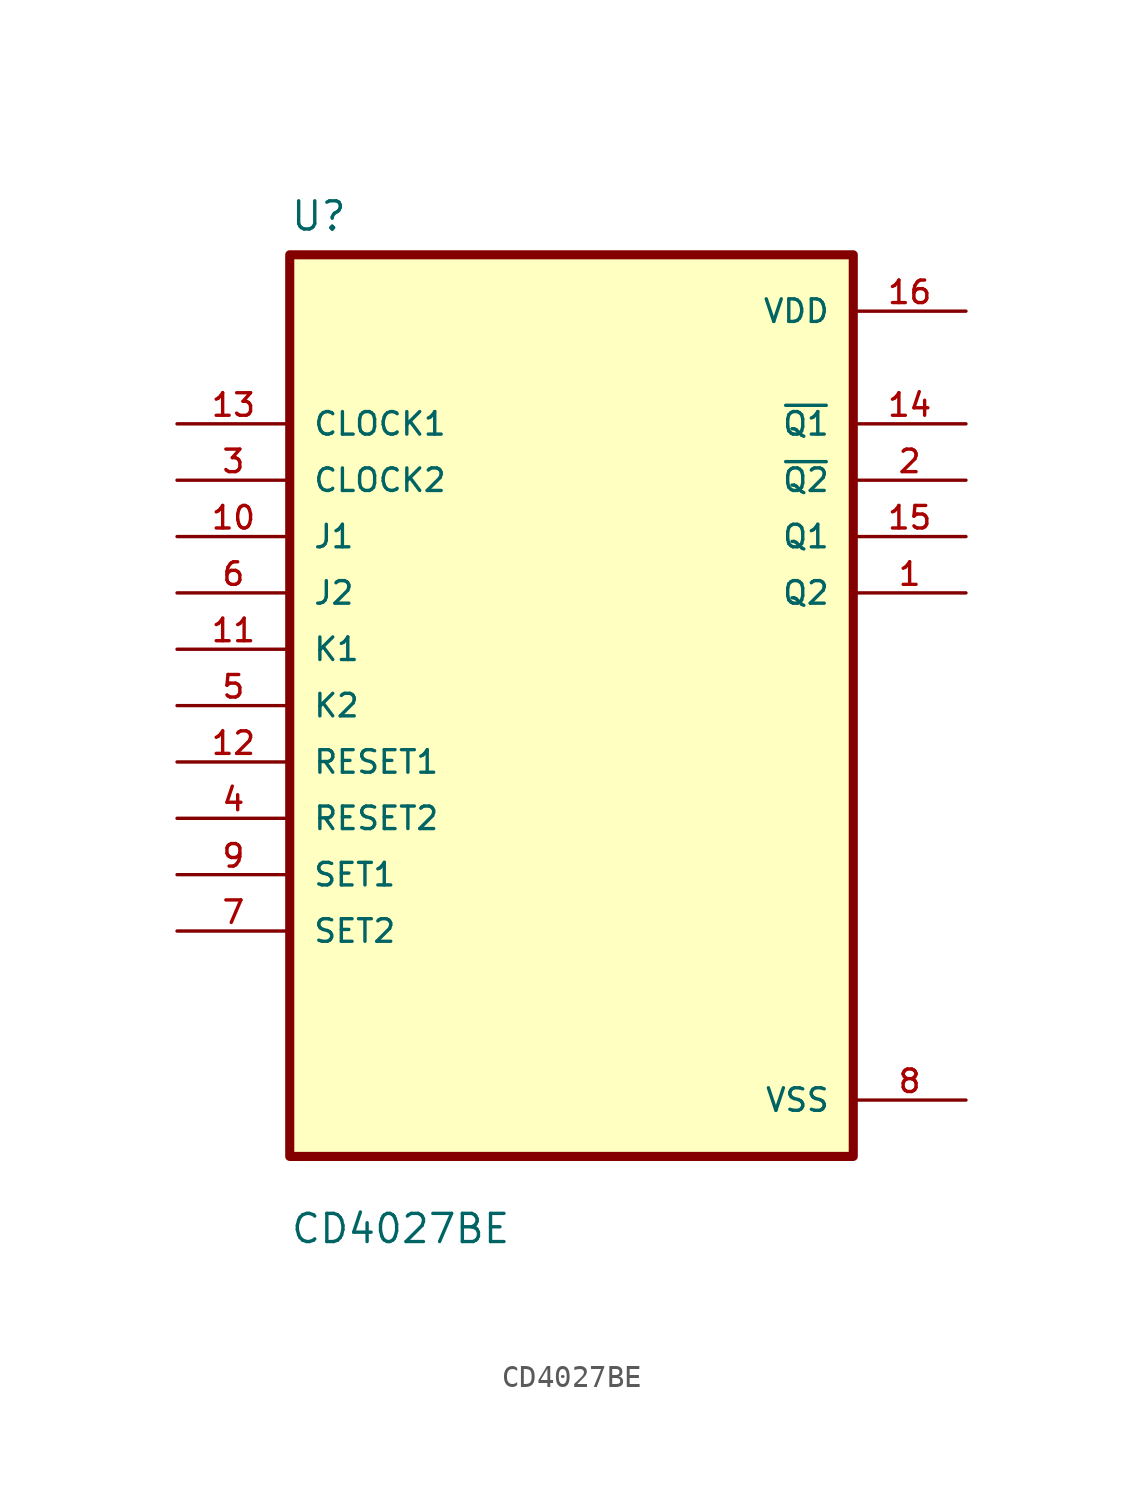
<source format=kicad_sym>
(kicad_symbol_lib
  (version 20211014)
  (generator kicad_symbol_editor)
  (symbol "CD4027BE"
    (pin_names
      (offset 1.016))
    (property "Reference" "U"
      (at -12.7 21.32 0.0)
      (effects (font (size 1.27 1.27)) (justify bottom left)))
    (property "Value" "CD4027BE"
      (at -12.7 -24.32 0.0)
      (effects (font (size 1.27 1.27)) (justify bottom left)))
    (symbol "CD4027BE_0_0"
      (rectangle (start -12.7 -20.32) (end 12.7 20.32) (stroke (width 0.41)) (fill (type background)))
      (pin input line (at -17.78 12.7 0) (length 5.08) (name "CLOCK1" (effects (font (size 1.016 1.016)))) (number "13" (effects (font (size 1.016 1.016)))))
      (pin input line (at -17.78 10.16 0) (length 5.08) (name "CLOCK2" (effects (font (size 1.016 1.016)))) (number "3" (effects (font (size 1.016 1.016)))))
      (pin input line (at -17.78 7.62 0) (length 5.08) (name "J1" (effects (font (size 1.016 1.016)))) (number "10" (effects (font (size 1.016 1.016)))))
      (pin input line (at -17.78 5.08 0) (length 5.08) (name "J2" (effects (font (size 1.016 1.016)))) (number "6" (effects (font (size 1.016 1.016)))))
      (pin input line (at -17.78 2.54 0) (length 5.08) (name "K1" (effects (font (size 1.016 1.016)))) (number "11" (effects (font (size 1.016 1.016)))))
      (pin input line (at -17.78 0.0 0) (length 5.08) (name "K2" (effects (font (size 1.016 1.016)))) (number "5" (effects (font (size 1.016 1.016)))))
      (pin input line (at -17.78 -2.54 0) (length 5.08) (name "RESET1" (effects (font (size 1.016 1.016)))) (number "12" (effects (font (size 1.016 1.016)))))
      (pin input line (at -17.78 -5.08 0) (length 5.08) (name "RESET2" (effects (font (size 1.016 1.016)))) (number "4" (effects (font (size 1.016 1.016)))))
      (pin input line (at -17.78 -7.62 0) (length 5.08) (name "SET1" (effects (font (size 1.016 1.016)))) (number "9" (effects (font (size 1.016 1.016)))))
      (pin input line (at -17.78 -10.16 0) (length 5.08) (name "SET2" (effects (font (size 1.016 1.016)))) (number "7" (effects (font (size 1.016 1.016)))))
      (pin power_in line (at 17.78 17.78 180.0) (length 5.08) (name "VDD" (effects (font (size 1.016 1.016)))) (number "16" (effects (font (size 1.016 1.016)))))
      (pin output line (at 17.78 12.7 180.0) (length 5.08) (name "~{Q1}" (effects (font (size 1.016 1.016)))) (number "14" (effects (font (size 1.016 1.016)))))
      (pin output line (at 17.78 10.16 180.0) (length 5.08) (name "~{Q2}" (effects (font (size 1.016 1.016)))) (number "2" (effects (font (size 1.016 1.016)))))
      (pin output line (at 17.78 7.62 180.0) (length 5.08) (name "Q1" (effects (font (size 1.016 1.016)))) (number "15" (effects (font (size 1.016 1.016)))))
      (pin output line (at 17.78 5.08 180.0) (length 5.08) (name "Q2" (effects (font (size 1.016 1.016)))) (number "1" (effects (font (size 1.016 1.016)))))
      (pin power_in line (at 17.78 -17.78 180.0) (length 5.08) (name "VSS" (effects (font (size 1.016 1.016)))) (number "8" (effects (font (size 1.016 1.016))))))))
</source>
